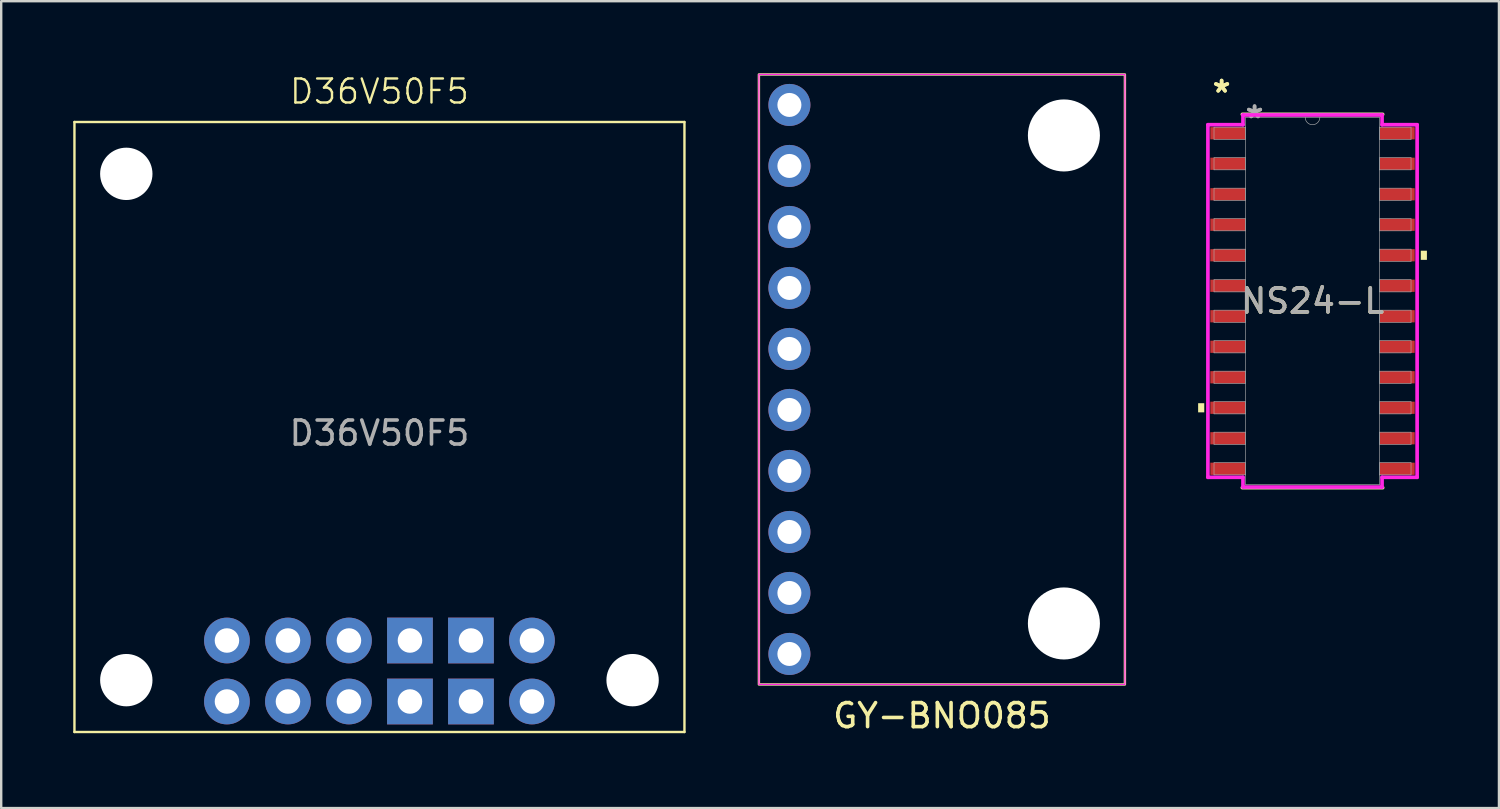
<source format=kicad_pcb>
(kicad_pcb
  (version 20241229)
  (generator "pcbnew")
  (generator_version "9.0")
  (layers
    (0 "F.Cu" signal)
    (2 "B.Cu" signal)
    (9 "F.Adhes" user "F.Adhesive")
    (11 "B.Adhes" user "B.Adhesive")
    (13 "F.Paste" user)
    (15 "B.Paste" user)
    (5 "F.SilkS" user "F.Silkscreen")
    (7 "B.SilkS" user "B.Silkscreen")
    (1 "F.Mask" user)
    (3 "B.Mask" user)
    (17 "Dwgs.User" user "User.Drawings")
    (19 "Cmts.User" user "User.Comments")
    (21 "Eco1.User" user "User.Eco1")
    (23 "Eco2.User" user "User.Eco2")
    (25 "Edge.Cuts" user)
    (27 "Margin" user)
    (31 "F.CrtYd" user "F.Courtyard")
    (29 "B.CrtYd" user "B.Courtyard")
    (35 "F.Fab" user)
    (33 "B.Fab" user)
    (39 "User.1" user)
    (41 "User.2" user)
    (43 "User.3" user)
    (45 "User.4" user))
  (footprint "NS24-L"
    (layer "F.Cu")
    (at 51.602 9.484)
    (property "Reference" "NS24-L" (at 0 0 0) (unlocked yes) (layer "F.SilkS") (effects (font (size 1 1) (thickness 0.15))))
    (attr smd)
    (fp_line (start -2.921 7.772) (end 2.921 7.772) (stroke (width 0.152) (type solid)) (layer "F.SilkS"))
    (fp_line (start 2.921 -7.772) (end -2.921 -7.772) (stroke (width 0.152) (type solid)) (layer "F.SilkS"))
    (fp_poly (pts (xy -4.763 4.255) (xy -4.763 4.636) (xy -4.508 4.636) (xy -4.508 4.255)) (stroke (width 0) (type solid)) (fill yes) (layer "F.SilkS"))
    (fp_poly (pts (xy 4.763 -2.095) (xy 4.763 -1.714) (xy 4.508 -1.714) (xy 4.508 -2.095)) (stroke (width 0) (type solid)) (fill yes) (layer "F.SilkS"))
    (fp_line (start -4.356 -7.341) (end -2.896 -7.341) (stroke (width 0.152) (type solid)) (layer "F.CrtYd"))
    (fp_line (start -4.356 7.341) (end -4.356 -7.341) (stroke (width 0.152) (type solid)) (layer "F.CrtYd"))
    (fp_line (start -4.356 7.341) (end -2.896 7.341) (stroke (width 0.152) (type solid)) (layer "F.CrtYd"))
    (fp_line (start -2.896 -7.747) (end 2.896 -7.747) (stroke (width 0.152) (type solid)) (layer "F.CrtYd"))
    (fp_line (start -2.896 -7.341) (end -2.896 -7.747) (stroke (width 0.152) (type solid)) (layer "F.CrtYd"))
    (fp_line (start -2.896 7.747) (end -2.896 7.341) (stroke (width 0.152) (type solid)) (layer "F.CrtYd"))
    (fp_line (start 2.896 -7.747) (end 2.896 -7.341) (stroke (width 0.152) (type solid)) (layer "F.CrtYd"))
    (fp_line (start 2.896 7.341) (end 2.896 7.747) (stroke (width 0.152) (type solid)) (layer "F.CrtYd"))
    (fp_line (start 2.896 7.747) (end -2.896 7.747) (stroke (width 0.152) (type solid)) (layer "F.CrtYd"))
    (fp_line (start 4.356 -7.341) (end 2.896 -7.341) (stroke (width 0.152) (type solid)) (layer "F.CrtYd"))
    (fp_line (start 4.356 -7.341) (end 4.356 7.341) (stroke (width 0.152) (type solid)) (layer "F.CrtYd"))
    (fp_line (start 4.356 7.341) (end 2.896 7.341) (stroke (width 0.152) (type solid)) (layer "F.CrtYd"))
    (fp_line (start -4.102 -7.239) (end -4.102 -6.731) (stroke (width 0.025) (type solid)) (layer "F.Fab"))
    (fp_line (start -4.102 -6.731) (end -2.794 -6.731) (stroke (width 0.025) (type solid)) (layer "F.Fab"))
    (fp_line (start -4.102 -5.969) (end -4.102 -5.461) (stroke (width 0.025) (type solid)) (layer "F.Fab"))
    (fp_line (start -4.102 -5.461) (end -2.794 -5.461) (stroke (width 0.025) (type solid)) (layer "F.Fab"))
    (fp_line (start -4.102 -4.699) (end -4.102 -4.191) (stroke (width 0.025) (type solid)) (layer "F.Fab"))
    (fp_line (start -4.102 -4.191) (end -2.794 -4.191) (stroke (width 0.025) (type solid)) (layer "F.Fab"))
    (fp_line (start -4.102 -3.429) (end -4.102 -2.921) (stroke (width 0.025) (type solid)) (layer "F.Fab"))
    (fp_line (start -4.102 -2.921) (end -2.794 -2.921) (stroke (width 0.025) (type solid)) (layer "F.Fab"))
    (fp_line (start -4.102 -2.159) (end -4.102 -1.651) (stroke (width 0.025) (type solid)) (layer "F.Fab"))
    (fp_line (start -4.102 -1.651) (end -2.794 -1.651) (stroke (width 0.025) (type solid)) (layer "F.Fab"))
    (fp_line (start -4.102 -0.889) (end -4.102 -0.381) (stroke (width 0.025) (type solid)) (layer "F.Fab"))
    (fp_line (start -4.102 -0.381) (end -2.794 -0.381) (stroke (width 0.025) (type solid)) (layer "F.Fab"))
    (fp_line (start -4.102 0.381) (end -4.102 0.889) (stroke (width 0.025) (type solid)) (layer "F.Fab"))
    (fp_line (start -4.102 0.889) (end -2.794 0.889) (stroke (width 0.025) (type solid)) (layer "F.Fab"))
    (fp_line (start -4.102 1.651) (end -4.102 2.159) (stroke (width 0.025) (type solid)) (layer "F.Fab"))
    (fp_line (start -4.102 2.159) (end -2.794 2.159) (stroke (width 0.025) (type solid)) (layer "F.Fab"))
    (fp_line (start -4.102 2.921) (end -4.102 3.429) (stroke (width 0.025) (type solid)) (layer "F.Fab"))
    (fp_line (start -4.102 3.429) (end -2.794 3.429) (stroke (width 0.025) (type solid)) (layer "F.Fab"))
    (fp_line (start -4.102 4.191) (end -4.102 4.699) (stroke (width 0.025) (type solid)) (layer "F.Fab"))
    (fp_line (start -4.102 4.699) (end -2.794 4.699) (stroke (width 0.025) (type solid)) (layer "F.Fab"))
    (fp_line (start -4.102 5.461) (end -4.102 5.969) (stroke (width 0.025) (type solid)) (layer "F.Fab"))
    (fp_line (start -4.102 5.969) (end -2.794 5.969) (stroke (width 0.025) (type solid)) (layer "F.Fab"))
    (fp_line (start -4.102 6.731) (end -4.102 7.239) (stroke (width 0.025) (type solid)) (layer "F.Fab"))
    (fp_line (start -4.102 7.239) (end -2.794 7.239) (stroke (width 0.025) (type solid)) (layer "F.Fab"))
    (fp_line (start -2.794 -7.645) (end -2.794 7.645) (stroke (width 0.025) (type solid)) (layer "F.Fab"))
    (fp_line (start -2.794 -7.239) (end -4.102 -7.239) (stroke (width 0.025) (type solid)) (layer "F.Fab"))
    (fp_line (start -2.794 -6.731) (end -2.794 -7.239) (stroke (width 0.025) (type solid)) (layer "F.Fab"))
    (fp_line (start -2.794 -5.969) (end -4.102 -5.969) (stroke (width 0.025) (type solid)) (layer "F.Fab"))
    (fp_line (start -2.794 -5.461) (end -2.794 -5.969) (stroke (width 0.025) (type solid)) (layer "F.Fab"))
    (fp_line (start -2.794 -4.699) (end -4.102 -4.699) (stroke (width 0.025) (type solid)) (layer "F.Fab"))
    (fp_line (start -2.794 -4.191) (end -2.794 -4.699) (stroke (width 0.025) (type solid)) (layer "F.Fab"))
    (fp_line (start -2.794 -3.429) (end -4.102 -3.429) (stroke (width 0.025) (type solid)) (layer "F.Fab"))
    (fp_line (start -2.794 -2.921) (end -2.794 -3.429) (stroke (width 0.025) (type solid)) (layer "F.Fab"))
    (fp_line (start -2.794 -2.159) (end -4.102 -2.159) (stroke (width 0.025) (type solid)) (layer "F.Fab"))
    (fp_line (start -2.794 -1.651) (end -2.794 -2.159) (stroke (width 0.025) (type solid)) (layer "F.Fab"))
    (fp_line (start -2.794 -0.889) (end -4.102 -0.889) (stroke (width 0.025) (type solid)) (layer "F.Fab"))
    (fp_line (start -2.794 -0.381) (end -2.794 -0.889) (stroke (width 0.025) (type solid)) (layer "F.Fab"))
    (fp_line (start -2.794 0.381) (end -4.102 0.381) (stroke (width 0.025) (type solid)) (layer "F.Fab"))
    (fp_line (start -2.794 0.889) (end -2.794 0.381) (stroke (width 0.025) (type solid)) (layer "F.Fab"))
    (fp_line (start -2.794 1.651) (end -4.102 1.651) (stroke (width 0.025) (type solid)) (layer "F.Fab"))
    (fp_line (start -2.794 2.159) (end -2.794 1.651) (stroke (width 0.025) (type solid)) (layer "F.Fab"))
    (fp_line (start -2.794 2.921) (end -4.102 2.921) (stroke (width 0.025) (type solid)) (layer "F.Fab"))
    (fp_line (start -2.794 3.429) (end -2.794 2.921) (stroke (width 0.025) (type solid)) (layer "F.Fab"))
    (fp_line (start -2.794 4.191) (end -4.102 4.191) (stroke (width 0.025) (type solid)) (layer "F.Fab"))
    (fp_line (start -2.794 4.699) (end -2.794 4.191) (stroke (width 0.025) (type solid)) (layer "F.Fab"))
    (fp_line (start -2.794 5.461) (end -4.102 5.461) (stroke (width 0.025) (type solid)) (layer "F.Fab"))
    (fp_line (start -2.794 5.969) (end -2.794 5.461) (stroke (width 0.025) (type solid)) (layer "F.Fab"))
    (fp_line (start -2.794 6.731) (end -4.102 6.731) (stroke (width 0.025) (type solid)) (layer "F.Fab"))
    (fp_line (start -2.794 7.239) (end -2.794 6.731) (stroke (width 0.025) (type solid)) (layer "F.Fab"))
    (fp_line (start -2.794 7.645) (end 2.794 7.645) (stroke (width 0.025) (type solid)) (layer "F.Fab"))
    (fp_line (start 2.794 -7.645) (end -2.794 -7.645) (stroke (width 0.025) (type solid)) (layer "F.Fab"))
    (fp_line (start 2.794 -7.239) (end 2.794 -6.731) (stroke (width 0.025) (type solid)) (layer "F.Fab"))
    (fp_line (start 2.794 -6.731) (end 4.102 -6.731) (stroke (width 0.025) (type solid)) (layer "F.Fab"))
    (fp_line (start 2.794 -5.969) (end 2.794 -5.461) (stroke (width 0.025) (type solid)) (layer "F.Fab"))
    (fp_line (start 2.794 -5.461) (end 4.102 -5.461) (stroke (width 0.025) (type solid)) (layer "F.Fab"))
    (fp_line (start 2.794 -4.699) (end 2.794 -4.191) (stroke (width 0.025) (type solid)) (layer "F.Fab"))
    (fp_line (start 2.794 -4.191) (end 4.102 -4.191) (stroke (width 0.025) (type solid)) (layer "F.Fab"))
    (fp_line (start 2.794 -3.429) (end 2.794 -2.921) (stroke (width 0.025) (type solid)) (layer "F.Fab"))
    (fp_line (start 2.794 -2.921) (end 4.102 -2.921) (stroke (width 0.025) (type solid)) (layer "F.Fab"))
    (fp_line (start 2.794 -2.159) (end 2.794 -1.651) (stroke (width 0.025) (type solid)) (layer "F.Fab"))
    (fp_line (start 2.794 -1.651) (end 4.102 -1.651) (stroke (width 0.025) (type solid)) (layer "F.Fab"))
    (fp_line (start 2.794 -0.889) (end 2.794 -0.381) (stroke (width 0.025) (type solid)) (layer "F.Fab"))
    (fp_line (start 2.794 -0.381) (end 4.102 -0.381) (stroke (width 0.025) (type solid)) (layer "F.Fab"))
    (fp_line (start 2.794 0.381) (end 2.794 0.889) (stroke (width 0.025) (type solid)) (layer "F.Fab"))
    (fp_line (start 2.794 0.889) (end 4.102 0.889) (stroke (width 0.025) (type solid)) (layer "F.Fab"))
    (fp_line (start 2.794 1.651) (end 2.794 2.159) (stroke (width 0.025) (type solid)) (layer "F.Fab"))
    (fp_line (start 2.794 2.159) (end 4.102 2.159) (stroke (width 0.025) (type solid)) (layer "F.Fab"))
    (fp_line (start 2.794 2.921) (end 2.794 3.429) (stroke (width 0.025) (type solid)) (layer "F.Fab"))
    (fp_line (start 2.794 3.429) (end 4.102 3.429) (stroke (width 0.025) (type solid)) (layer "F.Fab"))
    (fp_line (start 2.794 4.191) (end 2.794 4.699) (stroke (width 0.025) (type solid)) (layer "F.Fab"))
    (fp_line (start 2.794 4.699) (end 4.102 4.699) (stroke (width 0.025) (type solid)) (layer "F.Fab"))
    (fp_line (start 2.794 5.461) (end 2.794 5.969) (stroke (width 0.025) (type solid)) (layer "F.Fab"))
    (fp_line (start 2.794 5.969) (end 4.102 5.969) (stroke (width 0.025) (type solid)) (layer "F.Fab"))
    (fp_line (start 2.794 6.731) (end 2.794 7.239) (stroke (width 0.025) (type solid)) (layer "F.Fab"))
    (fp_line (start 2.794 7.239) (end 4.102 7.239) (stroke (width 0.025) (type solid)) (layer "F.Fab"))
    (fp_line (start 2.794 7.645) (end 2.794 -7.645) (stroke (width 0.025) (type solid)) (layer "F.Fab"))
    (fp_line (start 4.102 -7.239) (end 2.794 -7.239) (stroke (width 0.025) (type solid)) (layer "F.Fab"))
    (fp_line (start 4.102 -6.731) (end 4.102 -7.239) (stroke (width 0.025) (type solid)) (layer "F.Fab"))
    (fp_line (start 4.102 -5.969) (end 2.794 -5.969) (stroke (width 0.025) (type solid)) (layer "F.Fab"))
    (fp_line (start 4.102 -5.461) (end 4.102 -5.969) (stroke (width 0.025) (type solid)) (layer "F.Fab"))
    (fp_line (start 4.102 -4.699) (end 2.794 -4.699) (stroke (width 0.025) (type solid)) (layer "F.Fab"))
    (fp_line (start 4.102 -4.191) (end 4.102 -4.699) (stroke (width 0.025) (type solid)) (layer "F.Fab"))
    (fp_line (start 4.102 -3.429) (end 2.794 -3.429) (stroke (width 0.025) (type solid)) (layer "F.Fab"))
    (fp_line (start 4.102 -2.921) (end 4.102 -3.429) (stroke (width 0.025) (type solid)) (layer "F.Fab"))
    (fp_line (start 4.102 -2.159) (end 2.794 -2.159) (stroke (width 0.025) (type solid)) (layer "F.Fab"))
    (fp_line (start 4.102 -1.651) (end 4.102 -2.159) (stroke (width 0.025) (type solid)) (layer "F.Fab"))
    (fp_line (start 4.102 -0.889) (end 2.794 -0.889) (stroke (width 0.025) (type solid)) (layer "F.Fab"))
    (fp_line (start 4.102 -0.381) (end 4.102 -0.889) (stroke (width 0.025) (type solid)) (layer "F.Fab"))
    (fp_line (start 4.102 0.381) (end 2.794 0.381) (stroke (width 0.025) (type solid)) (layer "F.Fab"))
    (fp_line (start 4.102 0.889) (end 4.102 0.381) (stroke (width 0.025) (type solid)) (layer "F.Fab"))
    (fp_line (start 4.102 1.651) (end 2.794 1.651) (stroke (width 0.025) (type solid)) (layer "F.Fab"))
    (fp_line (start 4.102 2.159) (end 4.102 1.651) (stroke (width 0.025) (type solid)) (layer "F.Fab"))
    (fp_line (start 4.102 2.921) (end 2.794 2.921) (stroke (width 0.025) (type solid)) (layer "F.Fab"))
    (fp_line (start 4.102 3.429) (end 4.102 2.921) (stroke (width 0.025) (type solid)) (layer "F.Fab"))
    (fp_line (start 4.102 4.191) (end 2.794 4.191) (stroke (width 0.025) (type solid)) (layer "F.Fab"))
    (fp_line (start 4.102 4.699) (end 4.102 4.191) (stroke (width 0.025) (type solid)) (layer "F.Fab"))
    (fp_line (start 4.102 5.461) (end 2.794 5.461) (stroke (width 0.025) (type solid)) (layer "F.Fab"))
    (fp_line (start 4.102 5.969) (end 4.102 5.461) (stroke (width 0.025) (type solid)) (layer "F.Fab"))
    (fp_line (start 4.102 6.731) (end 2.794 6.731) (stroke (width 0.025) (type solid)) (layer "F.Fab"))
    (fp_line (start 4.102 7.239) (end 4.102 6.731) (stroke (width 0.025) (type solid)) (layer "F.Fab"))
    (fp_arc (start 0.3048 -7.6454) (mid 0 -7.3406) (end -0.3048 -7.6454) (stroke (width 0.0254) (type solid)) (layer "F.Fab"))
    (fp_text user "*" (at -3.785 -8.636 0) (unlocked yes) (layer "F.SilkS") (effects (font (size 1 1) (thickness 0.15))))
    (fp_text user "*" (at -3.785 -8.636 0) (layer "F.SilkS") (effects (font (size 1 1) (thickness 0.15))))
    (fp_text user "*" (at -2.413 -7.569 0) (layer "F.Fab") (effects (font (size 1 1) (thickness 0.15))))
    (fp_text user "${REFERENCE}" (at 0 0 0) (unlocked yes) (layer "F.Fab") (effects (font (size 1 1) (thickness 0.15))))
    (fp_text user "*" (at -2.413 -7.569 0) (unlocked yes) (layer "F.Fab") (effects (font (size 1 1) (thickness 0.15))))
    (pad "1" smd rect (at -3.531 -6.985) (size 1.448 0.508) (layers "F.Cu" "F.Mask" "F.Paste"))
    (pad "2" smd rect (at -3.531 -5.715) (size 1.448 0.508) (layers "F.Cu" "F.Mask" "F.Paste"))
    (pad "3" smd rect (at -3.531 -4.445) (size 1.448 0.508) (layers "F.Cu" "F.Mask" "F.Paste"))
    (pad "4" smd rect (at -3.531 -3.175) (size 1.448 0.508) (layers "F.Cu" "F.Mask" "F.Paste"))
    (pad "5" smd rect (at -3.531 -1.905) (size 1.448 0.508) (layers "F.Cu" "F.Mask" "F.Paste"))
    (pad "6" smd rect (at -3.531 -0.635) (size 1.448 0.508) (layers "F.Cu" "F.Mask" "F.Paste"))
    (pad "7" smd rect (at -3.531 0.635) (size 1.448 0.508) (layers "F.Cu" "F.Mask" "F.Paste"))
    (pad "8" smd rect (at -3.531 1.905) (size 1.448 0.508) (layers "F.Cu" "F.Mask" "F.Paste"))
    (pad "9" smd rect (at -3.531 3.175) (size 1.448 0.508) (layers "F.Cu" "F.Mask" "F.Paste"))
    (pad "10" smd rect (at -3.531 4.445) (size 1.448 0.508) (layers "F.Cu" "F.Mask" "F.Paste"))
    (pad "11" smd rect (at -3.531 5.715) (size 1.448 0.508) (layers "F.Cu" "F.Mask" "F.Paste"))
    (pad "12" smd rect (at -3.531 6.985) (size 1.448 0.508) (layers "F.Cu" "F.Mask" "F.Paste"))
    (pad "13" smd rect (at 3.531 6.985) (size 1.448 0.508) (layers "F.Cu" "F.Mask" "F.Paste"))
    (pad "14" smd rect (at 3.531 5.715) (size 1.448 0.508) (layers "F.Cu" "F.Mask" "F.Paste"))
    (pad "15" smd rect (at 3.531 4.445) (size 1.448 0.508) (layers "F.Cu" "F.Mask" "F.Paste"))
    (pad "16" smd rect (at 3.531 3.175) (size 1.448 0.508) (layers "F.Cu" "F.Mask" "F.Paste"))
    (pad "17" smd rect (at 3.531 1.905) (size 1.448 0.508) (layers "F.Cu" "F.Mask" "F.Paste"))
    (pad "18" smd rect (at 3.531 0.635) (size 1.448 0.508) (layers "F.Cu" "F.Mask" "F.Paste"))
    (pad "19" smd rect (at 3.531 -0.635) (size 1.448 0.508) (layers "F.Cu" "F.Mask" "F.Paste"))
    (pad "20" smd rect (at 3.531 -1.905) (size 1.448 0.508) (layers "F.Cu" "F.Mask" "F.Paste"))
    (pad "21" smd rect (at 3.531 -3.175) (size 1.448 0.508) (layers "F.Cu" "F.Mask" "F.Paste"))
    (pad "22" smd rect (at 3.531 -4.445) (size 1.448 0.508) (layers "F.Cu" "F.Mask" "F.Paste"))
    (pad "23" smd rect (at 3.531 -5.715) (size 1.448 0.508) (layers "F.Cu" "F.Mask" "F.Paste"))
    (pad "24" smd rect (at 3.531 -6.985) (size 1.448 0.508) (layers "F.Cu" "F.Mask" "F.Paste")))
  (footprint "GY-BNO085"
    (layer "F.Cu")
    (at 36.17 12.75)
    (property "Reference" "GY-BNO085" (at 0 14 0) (layer "F.SilkS") (effects (font (size 1 1) (thickness 0.15))))
    (attr through_hole)
    (fp_rect (start -7.62 -12.7) (end 7.62 12.7) (stroke (width 0.1) (type solid)) (fill no) (layer "F.SilkS"))
    (fp_rect (start -7.62 -12.7) (end 7.62 12.7) (stroke (width 0.05) (type solid)) (fill no) (layer "F.CrtYd"))
    (pad "" np_thru_hole circle (at 5.08 -10.16 270) (size 3 3) (drill 3) (layers "*.Cu" "*.Mask"))
    (pad "" np_thru_hole circle (at 5.08 10.16 270) (size 3 3) (drill 3) (layers "*.Cu" "*.Mask"))
    (pad "1" thru_hole circle (at -6.35 -11.43 270) (size 1.75 1.75) (drill 1) (layers "*.Cu" "*.Mask"))
    (pad "2" thru_hole circle (at -6.35 -8.89 270) (size 1.75 1.75) (drill 1) (layers "*.Cu" "*.Mask"))
    (pad "3" thru_hole circle (at -6.35 -6.35 270) (size 1.75 1.75) (drill 1) (layers "*.Cu" "*.Mask"))
    (pad "4" thru_hole circle (at -6.35 -3.81 270) (size 1.75 1.75) (drill 1) (layers "*.Cu" "*.Mask"))
    (pad "5" thru_hole circle (at -6.35 -1.27 270) (size 1.75 1.75) (drill 1) (layers "*.Cu" "*.Mask"))
    (pad "6" thru_hole circle (at -6.35 1.27 270) (size 1.75 1.75) (drill 1) (layers "*.Cu" "*.Mask"))
    (pad "7" thru_hole circle (at -6.35 3.81 270) (size 1.75 1.75) (drill 1) (layers "*.Cu" "*.Mask"))
    (pad "8" thru_hole circle (at -6.35 6.35 270) (size 1.75 1.75) (drill 1) (layers "*.Cu" "*.Mask"))
    (pad "9" thru_hole circle (at -6.35 8.89 270) (size 1.75 1.75) (drill 1) (layers "*.Cu" "*.Mask"))
    (pad "10" thru_hole circle (at -6.35 11.43 270) (size 1.75 1.75) (drill 1) (layers "*.Cu" "*.Mask")))
  (footprint "D36V50F5"
    (layer "F.Cu")
    (at 12.75 14.73)
    (property "Reference" "D36V50F5" (at 0 -13.97 0) (unlocked yes) (layer "F.SilkS") (effects (font (size 1 1) (thickness 0.1))))
    (attr through_hole)
    (fp_line (start -12.7 -12.7) (end 12.7 -12.7) (stroke (width 0.1) (type default)) (layer "F.SilkS"))
    (fp_line (start -12.7 12.7) (end -12.7 -12.7) (stroke (width 0.1) (type default)) (layer "F.SilkS"))
    (fp_line (start -12.7 12.7) (end 12.7 12.7) (stroke (width 0.1) (type default)) (layer "F.SilkS"))
    (fp_line (start 12.7 12.7) (end 12.7 -12.7) (stroke (width 0.1) (type default)) (layer "F.SilkS"))
    (fp_text user "${REFERENCE}" (at 0 0.254 0) (unlocked yes) (layer "F.Fab") (effects (font (size 1 1) (thickness 0.15))))
    (pad "" np_thru_hole circle (at -10.541 -10.541) (size 2.18 2.18) (drill 2.18) (layers "*.Cu" "*.Mask"))
    (pad "" np_thru_hole circle (at -10.541 10.541) (size 2.18 2.18) (drill 2.18) (layers "*.Cu" "*.Mask"))
    (pad "" np_thru_hole circle (at 10.541 10.541) (size 2.18 2.18) (drill 2.18) (layers "*.Cu" "*.Mask"))
    (pad "1" thru_hole circle (at -6.35 11.43) (size 1.905 1.905) (drill 1.02) (layers "*.Cu" "*.Mask"))
    (pad "2" thru_hole circle (at -3.81 8.89) (size 1.905 1.905) (drill 1.02) (layers "*.Cu" "*.Mask"))
    (pad "2" thru_hole circle (at -3.81 11.43) (size 1.905 1.905) (drill 1.02) (layers "*.Cu" "*.Mask"))
    (pad "3" thru_hole circle (at -1.27 8.89) (size 1.905 1.905) (drill 1.02) (layers "*.Cu" "*.Mask"))
    (pad "3" thru_hole circle (at -1.27 11.43) (size 1.905 1.905) (drill 1.02) (layers "*.Cu" "*.Mask"))
    (pad "4" thru_hole rect (at 1.27 8.89) (size 1.905 1.905) (drill 1.02) (layers "*.Cu" "*.Mask"))
    (pad "4" thru_hole rect (at 1.27 11.43) (size 1.905 1.905) (drill 1.02) (layers "*.Cu" "*.Mask"))
    (pad "4" thru_hole rect (at 3.81 8.89) (size 1.905 1.905) (drill 1.02) (layers "*.Cu" "*.Mask"))
    (pad "4" thru_hole rect (at 3.81 11.43) (size 1.905 1.905) (drill 1.02) (layers "*.Cu" "*.Mask"))
    (pad "5" thru_hole circle (at 6.35 8.89) (size 1.905 1.905) (drill 1.02) (layers "*.Cu" "*.Mask"))
    (pad "5" thru_hole circle (at 6.35 11.43) (size 1.905 1.905) (drill 1.02) (layers "*.Cu" "*.Mask"))
    (pad "6" thru_hole circle (at -6.35 8.89) (size 1.905 1.905) (drill 1.02) (layers "*.Cu" "*.Mask")))
  (gr_rect
    (start -3 -3)
    (end 59.365 30.598)
    (stroke (width 0.1) (type default))
    (fill no)
    (layer "Edge.Cuts")))
</source>
